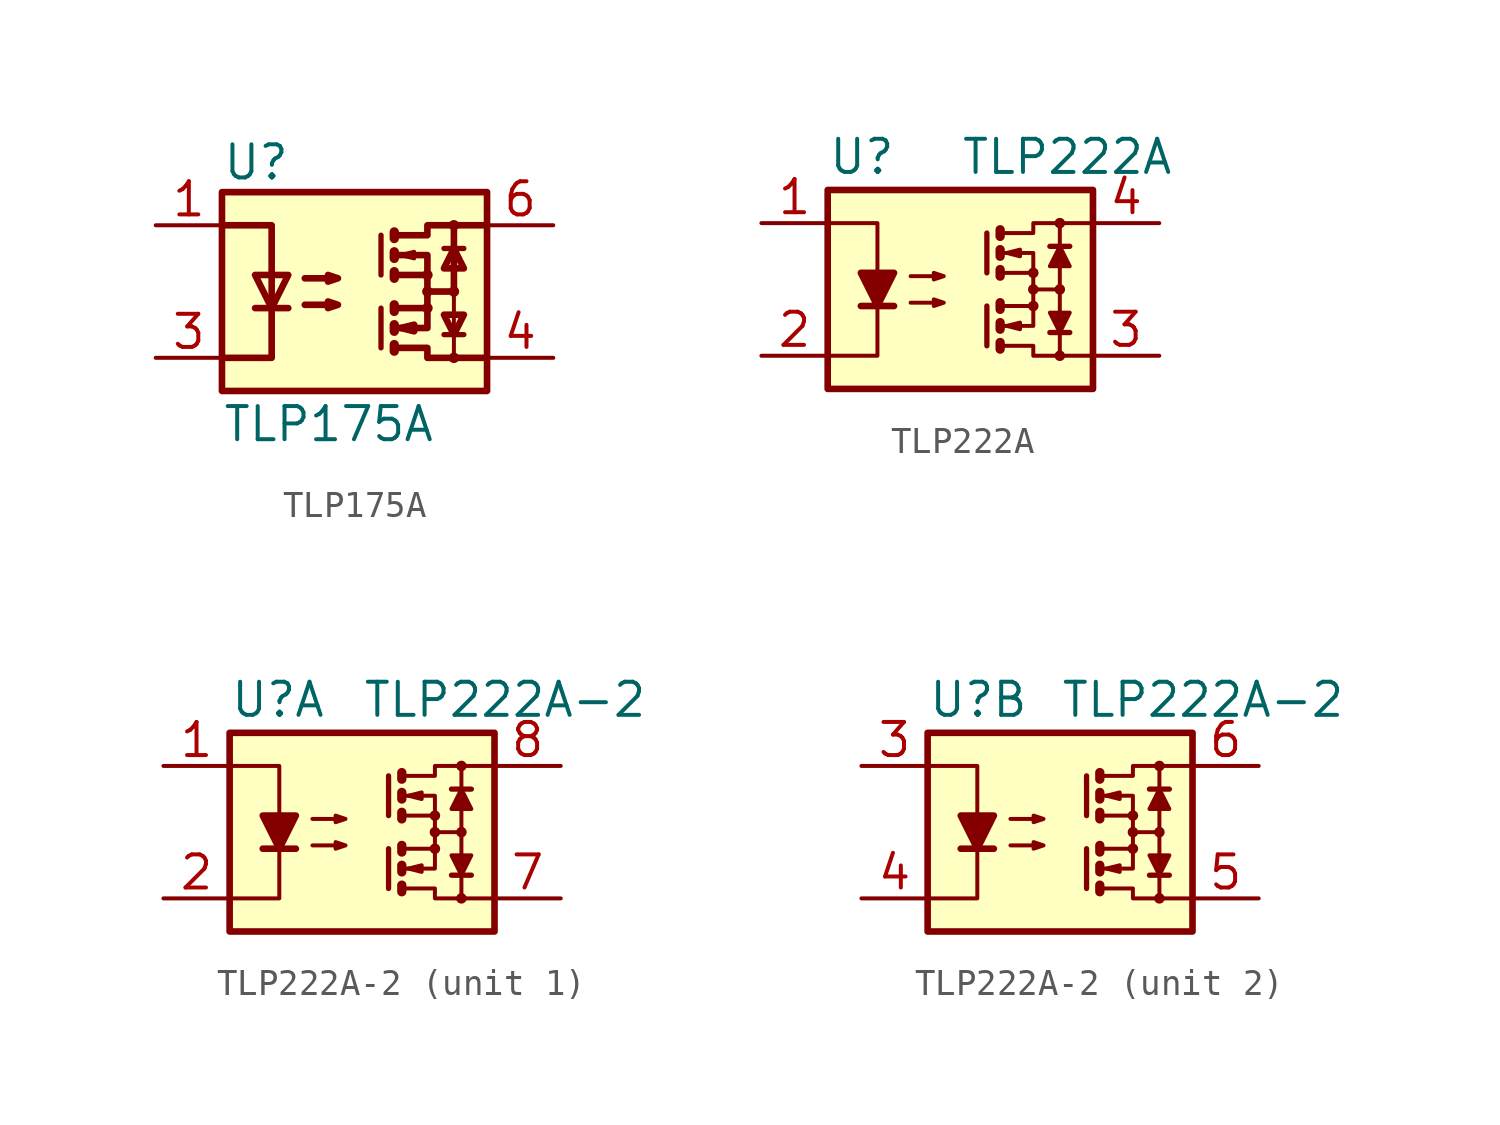
<source format=kicad_sym>
(kicad_symbol_lib
  (version 20201005)
  (generator kicad_symbol_editor)
  (symbol "TLP175A"
    (pin_names
      (offset 1.016))
    (property "Reference" "U"
      (at -5.08 4.953 0)
      (effects (font (size 1.27 1.27)) (justify left)))
    (property "Value" "TLP175A"
      (at -5.08 -5.08 0)
      (effects (font (size 1.27 1.27)) (justify left)))
    (symbol "TLP175A_0_1"
      (circle (center 2.794 -0.635) (radius 0.127) (stroke (width 0)) (fill (type none)))
      (circle (center 2.794 0) (radius 0.127) (stroke (width 0)) (fill (type none)))
      (circle (center 2.794 0.635) (radius 0.127) (stroke (width 0)) (fill (type none)))
      (circle (center 3.81 -2.54) (radius 0.127) (stroke (width 0)) (fill (type none)))
      (circle (center 3.81 0) (radius 0.127) (stroke (width 0)) (fill (type none)))
      (circle (center 3.81 2.54) (radius 0.127) (stroke (width 0)) (fill (type none)))
      (rectangle (start -5.08 3.81) (end 5.08 -3.81) (stroke (width 0.254)) (fill (type background)))
      (polyline (pts (xy -3.81 -0.635) (xy -2.54 -0.635)) (stroke (width 0.254)) (fill (type none)))
      (polyline (pts (xy 1.016 -0.635) (xy 1.016 -2.159)) (stroke (width 0.203)) (fill (type none)))
      (polyline (pts (xy 1.016 2.159) (xy 1.016 0.635)) (stroke (width 0.203)) (fill (type none)))
      (polyline (pts (xy 1.524 -0.508) (xy 1.524 -0.762)) (stroke (width 0.356)) (fill (type none)))
      (polyline (pts (xy 2.794 0) (xy 3.81 0)) (stroke (width 0.254)) (fill (type none)))
      (polyline (pts (xy 3.429 -1.651) (xy 4.191 -1.651)) (stroke (width 0.203)) (fill (type none)))
      (polyline (pts (xy 3.429 1.651) (xy 4.191 1.651)) (stroke (width 0.203)) (fill (type none)))
      (polyline (pts (xy 3.81 0) (xy 3.81 -2.54)) (stroke (width 0)) (fill (type none)))
      (polyline (pts (xy 3.81 0) (xy 3.81 2.54)) (stroke (width 0.254)) (fill (type none)))
      (polyline (pts (xy 1.524 -2.032) (xy 1.524 -2.286) (xy 1.524 -2.286)) (stroke (width 0.356)) (fill (type none)))
      (polyline (pts (xy 1.524 -1.27) (xy 1.524 -1.524) (xy 1.524 -1.524)) (stroke (width 0.356)) (fill (type none)))
      (polyline (pts (xy 1.524 0.762) (xy 1.524 0.508) (xy 1.524 0.508)) (stroke (width 0.356)) (fill (type none)))
      (polyline (pts (xy 1.524 1.524) (xy 1.524 1.27) (xy 1.524 1.27)) (stroke (width 0.356)) (fill (type none)))
      (polyline (pts (xy 1.524 2.286) (xy 1.524 2.032) (xy 1.524 2.032)) (stroke (width 0.356)) (fill (type none)))
      (polyline (pts (xy 1.651 -1.397) (xy 2.794 -1.397) (xy 2.794 -0.635)) (stroke (width 0.254)) (fill (type none)))
      (polyline (pts (xy 1.651 1.397) (xy 2.794 1.397) (xy 2.794 0.635)) (stroke (width 0.254)) (fill (type none)))
      (polyline (pts (xy -5.08 2.54) (xy -3.175 2.54) (xy -3.175 -2.54) (xy -5.08 -2.54)) (stroke (width 0.254)) (fill (type none)))
      (polyline (pts (xy -3.175 -0.635) (xy -3.81 0.635) (xy -2.54 0.635) (xy -3.175 -0.635)) (stroke (width 0.254)) (fill (type none)))
      (polyline (pts (xy 1.651 -2.159) (xy 2.794 -2.159) (xy 2.794 -2.54) (xy 5.08 -2.54)) (stroke (width 0.254)) (fill (type none)))
      (polyline (pts (xy 1.651 -0.635) (xy 2.794 -0.635) (xy 2.794 0.635) (xy 1.651 0.635)) (stroke (width 0.254)) (fill (type none)))
      (polyline (pts (xy 1.651 2.159) (xy 2.794 2.159) (xy 2.794 2.54) (xy 5.08 2.54)) (stroke (width 0.254)) (fill (type none)))
      (polyline (pts (xy 1.778 -1.397) (xy 2.286 -1.27) (xy 2.286 -1.524) (xy 1.778 -1.397)) (stroke (width 0.254)) (fill (type none)))
      (polyline (pts (xy 1.778 1.397) (xy 2.286 1.524) (xy 2.286 1.27) (xy 1.778 1.397)) (stroke (width 0)) (fill (type none)))
      (polyline (pts (xy 3.81 -1.651) (xy 3.429 -0.889) (xy 4.191 -0.889) (xy 3.81 -1.651)) (stroke (width 0.254)) (fill (type none)))
      (polyline (pts (xy 3.81 1.651) (xy 3.429 0.889) (xy 4.191 0.889) (xy 3.81 1.651)) (stroke (width 0.254)) (fill (type none)))
      (polyline (pts (xy -1.905 -0.508) (xy -0.635 -0.508) (xy -1.016 -0.635) (xy -1.016 -0.381) (xy -0.635 -0.508)) (stroke (width 0.254)) (fill (type none)))
      (polyline (pts (xy -1.905 0.508) (xy -0.635 0.508) (xy -1.016 0.381) (xy -1.016 0.635) (xy -0.635 0.508)) (stroke (width 0.254)) (fill (type none))))
    (symbol "TLP175A_1_1"
      (pin passive line (at -7.62 2.54 0) (length 2.54) (name "~" (effects (font (size 1.27 1.27)))) (number "1" (effects (font (size 1.27 1.27)))))
      (pin passive line (at -7.62 -2.54 0) (length 2.54) (name "~" (effects (font (size 1.27 1.27)))) (number "3" (effects (font (size 1.27 1.27)))))
      (pin passive line (at 7.62 -2.54 180) (length 2.54) (name "~" (effects (font (size 1.27 1.27)))) (number "4" (effects (font (size 1.27 1.27)))))
      (pin passive line (at 7.62 2.54 180) (length 2.54) (name "~" (effects (font (size 1.27 1.27)))) (number "6" (effects (font (size 1.27 1.27)))))))
  (symbol "TLP222A"
    (pin_names
      (offset 1.016))
    (property "Reference" "U"
      (at -5.08 5.08 0)
      (effects (font (size 1.27 1.27)) (justify left)))
    (property "Value" "TLP222A"
      (at 0 5.08 0)
      (effects (font (size 1.27 1.27)) (justify left)))
    (symbol "TLP222A_0_1"
      (circle (center 2.794 -0.635) (radius 0.127) (stroke (width 0)) (fill (type none)))
      (circle (center 2.794 0) (radius 0.127) (stroke (width 0)) (fill (type none)))
      (circle (center 2.794 0.635) (radius 0.127) (stroke (width 0)) (fill (type none)))
      (circle (center 3.81 -2.54) (radius 0.127) (stroke (width 0)) (fill (type none)))
      (circle (center 3.81 0) (radius 0.127) (stroke (width 0)) (fill (type none)))
      (circle (center 3.81 2.54) (radius 0.127) (stroke (width 0)) (fill (type none)))
      (rectangle (start -5.08 3.81) (end 5.08 -3.81) (stroke (width 0.254)) (fill (type background)))
      (polyline (pts (xy -3.81 -0.635) (xy -2.54 -0.635)) (stroke (width 0.254)) (fill (type none)))
      (polyline (pts (xy 1.016 -0.635) (xy 1.016 -2.159)) (stroke (width 0.203)) (fill (type none)))
      (polyline (pts (xy 1.016 2.159) (xy 1.016 0.635)) (stroke (width 0.203)) (fill (type none)))
      (polyline (pts (xy 1.524 -0.508) (xy 1.524 -0.762)) (stroke (width 0.356)) (fill (type none)))
      (polyline (pts (xy 2.794 0) (xy 3.81 0)) (stroke (width 0)) (fill (type none)))
      (polyline (pts (xy 3.429 -1.651) (xy 4.191 -1.651)) (stroke (width 0.203)) (fill (type none)))
      (polyline (pts (xy 3.429 1.651) (xy 4.191 1.651)) (stroke (width 0.203)) (fill (type none)))
      (polyline (pts (xy 3.81 0) (xy 3.81 -2.54)) (stroke (width 0)) (fill (type none)))
      (polyline (pts (xy 3.81 0) (xy 3.81 2.54)) (stroke (width 0)) (fill (type none)))
      (polyline (pts (xy -5.08 2.54) (xy -3.175 2.54) (xy -3.175 0.635)) (stroke (width 0)) (fill (type none)))
      (polyline (pts (xy -3.175 -0.635) (xy -3.175 -2.54) (xy -5.08 -2.54)) (stroke (width 0)) (fill (type none)))
      (polyline (pts (xy 1.524 -2.032) (xy 1.524 -2.286) (xy 1.524 -2.286)) (stroke (width 0.356)) (fill (type none)))
      (polyline (pts (xy 1.524 -1.27) (xy 1.524 -1.524) (xy 1.524 -1.524)) (stroke (width 0.356)) (fill (type none)))
      (polyline (pts (xy 1.524 0.762) (xy 1.524 0.508) (xy 1.524 0.508)) (stroke (width 0.356)) (fill (type none)))
      (polyline (pts (xy 1.524 1.524) (xy 1.524 1.27) (xy 1.524 1.27)) (stroke (width 0.356)) (fill (type none)))
      (polyline (pts (xy 1.524 2.286) (xy 1.524 2.032) (xy 1.524 2.032)) (stroke (width 0.356)) (fill (type none)))
      (polyline (pts (xy 1.651 -1.397) (xy 2.794 -1.397) (xy 2.794 -0.635)) (stroke (width 0)) (fill (type none)))
      (polyline (pts (xy 1.651 1.397) (xy 2.794 1.397) (xy 2.794 0.635)) (stroke (width 0)) (fill (type none)))
      (polyline (pts (xy -3.175 -0.635) (xy -3.81 0.635) (xy -2.54 0.635) (xy -3.175 -0.635)) (stroke (width 0.254)) (fill (type outline)))
      (polyline (pts (xy 1.651 -2.159) (xy 2.794 -2.159) (xy 2.794 -2.54) (xy 5.08 -2.54)) (stroke (width 0)) (fill (type none)))
      (polyline (pts (xy 1.651 -0.635) (xy 2.794 -0.635) (xy 2.794 0.635) (xy 1.651 0.635)) (stroke (width 0)) (fill (type none)))
      (polyline (pts (xy 1.651 2.159) (xy 2.794 2.159) (xy 2.794 2.54) (xy 5.08 2.54)) (stroke (width 0)) (fill (type none)))
      (polyline (pts (xy 1.778 -1.397) (xy 2.286 -1.27) (xy 2.286 -1.524) (xy 1.778 -1.397)) (stroke (width 0)) (fill (type none)))
      (polyline (pts (xy 1.778 1.397) (xy 2.286 1.524) (xy 2.286 1.27) (xy 1.778 1.397)) (stroke (width 0)) (fill (type none)))
      (polyline (pts (xy 3.81 -1.651) (xy 3.429 -0.889) (xy 4.191 -0.889) (xy 3.81 -1.651)) (stroke (width 0)) (fill (type outline)))
      (polyline (pts (xy 3.81 1.651) (xy 3.429 0.889) (xy 4.191 0.889) (xy 3.81 1.651)) (stroke (width 0)) (fill (type outline)))
      (polyline (pts (xy -1.905 -0.508) (xy -0.635 -0.508) (xy -1.016 -0.635) (xy -1.016 -0.381) (xy -0.635 -0.508)) (stroke (width 0)) (fill (type none)))
      (polyline (pts (xy -1.905 0.508) (xy -0.635 0.508) (xy -1.016 0.381) (xy -1.016 0.635) (xy -0.635 0.508)) (stroke (width 0)) (fill (type none))))
    (symbol "TLP222A_1_1"
      (pin passive line (at -7.62 2.54 0) (length 2.54) (name "~" (effects (font (size 1.27 1.27)))) (number "1" (effects (font (size 1.27 1.27)))))
      (pin passive line (at -7.62 -2.54 0) (length 2.54) (name "~" (effects (font (size 1.27 1.27)))) (number "2" (effects (font (size 1.27 1.27)))))
      (pin passive line (at 7.62 -2.54 180) (length 2.54) (name "~" (effects (font (size 1.27 1.27)))) (number "3" (effects (font (size 1.27 1.27)))))
      (pin passive line (at 7.62 2.54 180) (length 2.54) (name "~" (effects (font (size 1.27 1.27)))) (number "4" (effects (font (size 1.27 1.27)))))))
  (symbol "TLP222A-2"
    (pin_names
      (offset 1.016))
    (property "Reference" "U"
      (at -5.08 5.08 0)
      (effects (font (size 1.27 1.27)) (justify left)))
    (property "Value" "TLP222A-2"
      (at 0 5.08 0)
      (effects (font (size 1.27 1.27)) (justify left)))
    (symbol "TLP222A-2_0_1"
      (circle (center 2.794 -0.635) (radius 0.127) (stroke (width 0)) (fill (type none)))
      (circle (center 2.794 0) (radius 0.127) (stroke (width 0)) (fill (type none)))
      (circle (center 2.794 0.635) (radius 0.127) (stroke (width 0)) (fill (type none)))
      (circle (center 3.81 -2.54) (radius 0.127) (stroke (width 0)) (fill (type none)))
      (circle (center 3.81 0) (radius 0.127) (stroke (width 0)) (fill (type none)))
      (circle (center 3.81 2.54) (radius 0.127) (stroke (width 0)) (fill (type none)))
      (rectangle (start -5.08 3.81) (end 5.08 -3.81) (stroke (width 0.254)) (fill (type background)))
      (polyline (pts (xy -3.81 -0.635) (xy -2.54 -0.635)) (stroke (width 0.254)) (fill (type none)))
      (polyline (pts (xy 1.016 -0.635) (xy 1.016 -2.159)) (stroke (width 0.203)) (fill (type none)))
      (polyline (pts (xy 1.016 2.159) (xy 1.016 0.635)) (stroke (width 0.203)) (fill (type none)))
      (polyline (pts (xy 1.524 -0.508) (xy 1.524 -0.762)) (stroke (width 0.356)) (fill (type none)))
      (polyline (pts (xy 2.794 0) (xy 3.81 0)) (stroke (width 0)) (fill (type none)))
      (polyline (pts (xy 3.429 -1.651) (xy 4.191 -1.651)) (stroke (width 0.203)) (fill (type none)))
      (polyline (pts (xy 3.429 1.651) (xy 4.191 1.651)) (stroke (width 0.203)) (fill (type none)))
      (polyline (pts (xy 3.81 0) (xy 3.81 -2.54)) (stroke (width 0)) (fill (type none)))
      (polyline (pts (xy 3.81 0) (xy 3.81 2.54)) (stroke (width 0)) (fill (type none)))
      (polyline (pts (xy -5.08 2.54) (xy -3.175 2.54) (xy -3.175 0.635)) (stroke (width 0)) (fill (type none)))
      (polyline (pts (xy -3.175 -0.635) (xy -3.175 -2.54) (xy -5.08 -2.54)) (stroke (width 0)) (fill (type none)))
      (polyline (pts (xy 1.524 -2.032) (xy 1.524 -2.286) (xy 1.524 -2.286)) (stroke (width 0.356)) (fill (type none)))
      (polyline (pts (xy 1.524 -1.27) (xy 1.524 -1.524) (xy 1.524 -1.524)) (stroke (width 0.356)) (fill (type none)))
      (polyline (pts (xy 1.524 0.762) (xy 1.524 0.508) (xy 1.524 0.508)) (stroke (width 0.356)) (fill (type none)))
      (polyline (pts (xy 1.524 1.524) (xy 1.524 1.27) (xy 1.524 1.27)) (stroke (width 0.356)) (fill (type none)))
      (polyline (pts (xy 1.524 2.286) (xy 1.524 2.032) (xy 1.524 2.032)) (stroke (width 0.356)) (fill (type none)))
      (polyline (pts (xy 1.651 -1.397) (xy 2.794 -1.397) (xy 2.794 -0.635)) (stroke (width 0)) (fill (type none)))
      (polyline (pts (xy 1.651 1.397) (xy 2.794 1.397) (xy 2.794 0.635)) (stroke (width 0)) (fill (type none)))
      (polyline (pts (xy -3.175 -0.635) (xy -3.81 0.635) (xy -2.54 0.635) (xy -3.175 -0.635)) (stroke (width 0.254)) (fill (type outline)))
      (polyline (pts (xy 1.651 -2.159) (xy 2.794 -2.159) (xy 2.794 -2.54) (xy 5.08 -2.54)) (stroke (width 0)) (fill (type none)))
      (polyline (pts (xy 1.651 -0.635) (xy 2.794 -0.635) (xy 2.794 0.635) (xy 1.651 0.635)) (stroke (width 0)) (fill (type none)))
      (polyline (pts (xy 1.651 2.159) (xy 2.794 2.159) (xy 2.794 2.54) (xy 5.08 2.54)) (stroke (width 0)) (fill (type none)))
      (polyline (pts (xy 1.778 -1.397) (xy 2.286 -1.27) (xy 2.286 -1.524) (xy 1.778 -1.397)) (stroke (width 0)) (fill (type none)))
      (polyline (pts (xy 1.778 1.397) (xy 2.286 1.524) (xy 2.286 1.27) (xy 1.778 1.397)) (stroke (width 0)) (fill (type none)))
      (polyline (pts (xy 3.81 -1.651) (xy 3.429 -0.889) (xy 4.191 -0.889) (xy 3.81 -1.651)) (stroke (width 0)) (fill (type outline)))
      (polyline (pts (xy 3.81 1.651) (xy 3.429 0.889) (xy 4.191 0.889) (xy 3.81 1.651)) (stroke (width 0)) (fill (type outline)))
      (polyline (pts (xy -1.905 -0.508) (xy -0.635 -0.508) (xy -1.016 -0.635) (xy -1.016 -0.381) (xy -0.635 -0.508)) (stroke (width 0)) (fill (type none)))
      (polyline (pts (xy -1.905 0.508) (xy -0.635 0.508) (xy -1.016 0.381) (xy -1.016 0.635) (xy -0.635 0.508)) (stroke (width 0)) (fill (type none))))
    (symbol "TLP222A-2_1_1"
      (pin passive line (at -7.62 2.54 0) (length 2.54) (name "~" (effects (font (size 1.27 1.27)))) (number "1" (effects (font (size 1.27 1.27)))))
      (pin passive line (at -7.62 -2.54 0) (length 2.54) (name "~" (effects (font (size 1.27 1.27)))) (number "2" (effects (font (size 1.27 1.27)))))
      (pin passive line (at 7.62 -2.54 180) (length 2.54) (name "~" (effects (font (size 1.27 1.27)))) (number "7" (effects (font (size 1.27 1.27)))))
      (pin passive line (at 7.62 2.54 180) (length 2.54) (name "~" (effects (font (size 1.27 1.27)))) (number "8" (effects (font (size 1.27 1.27))))))
    (symbol "TLP222A-2_2_1"
      (pin passive line (at -7.62 2.54 0) (length 2.54) (name "~" (effects (font (size 1.27 1.27)))) (number "3" (effects (font (size 1.27 1.27)))))
      (pin passive line (at -7.62 -2.54 0) (length 2.54) (name "~" (effects (font (size 1.27 1.27)))) (number "4" (effects (font (size 1.27 1.27)))))
      (pin passive line (at 7.62 -2.54 180) (length 2.54) (name "~" (effects (font (size 1.27 1.27)))) (number "5" (effects (font (size 1.27 1.27)))))
      (pin passive line (at 7.62 2.54 180) (length 2.54) (name "~" (effects (font (size 1.27 1.27)))) (number "6" (effects (font (size 1.27 1.27))))))))
</source>
